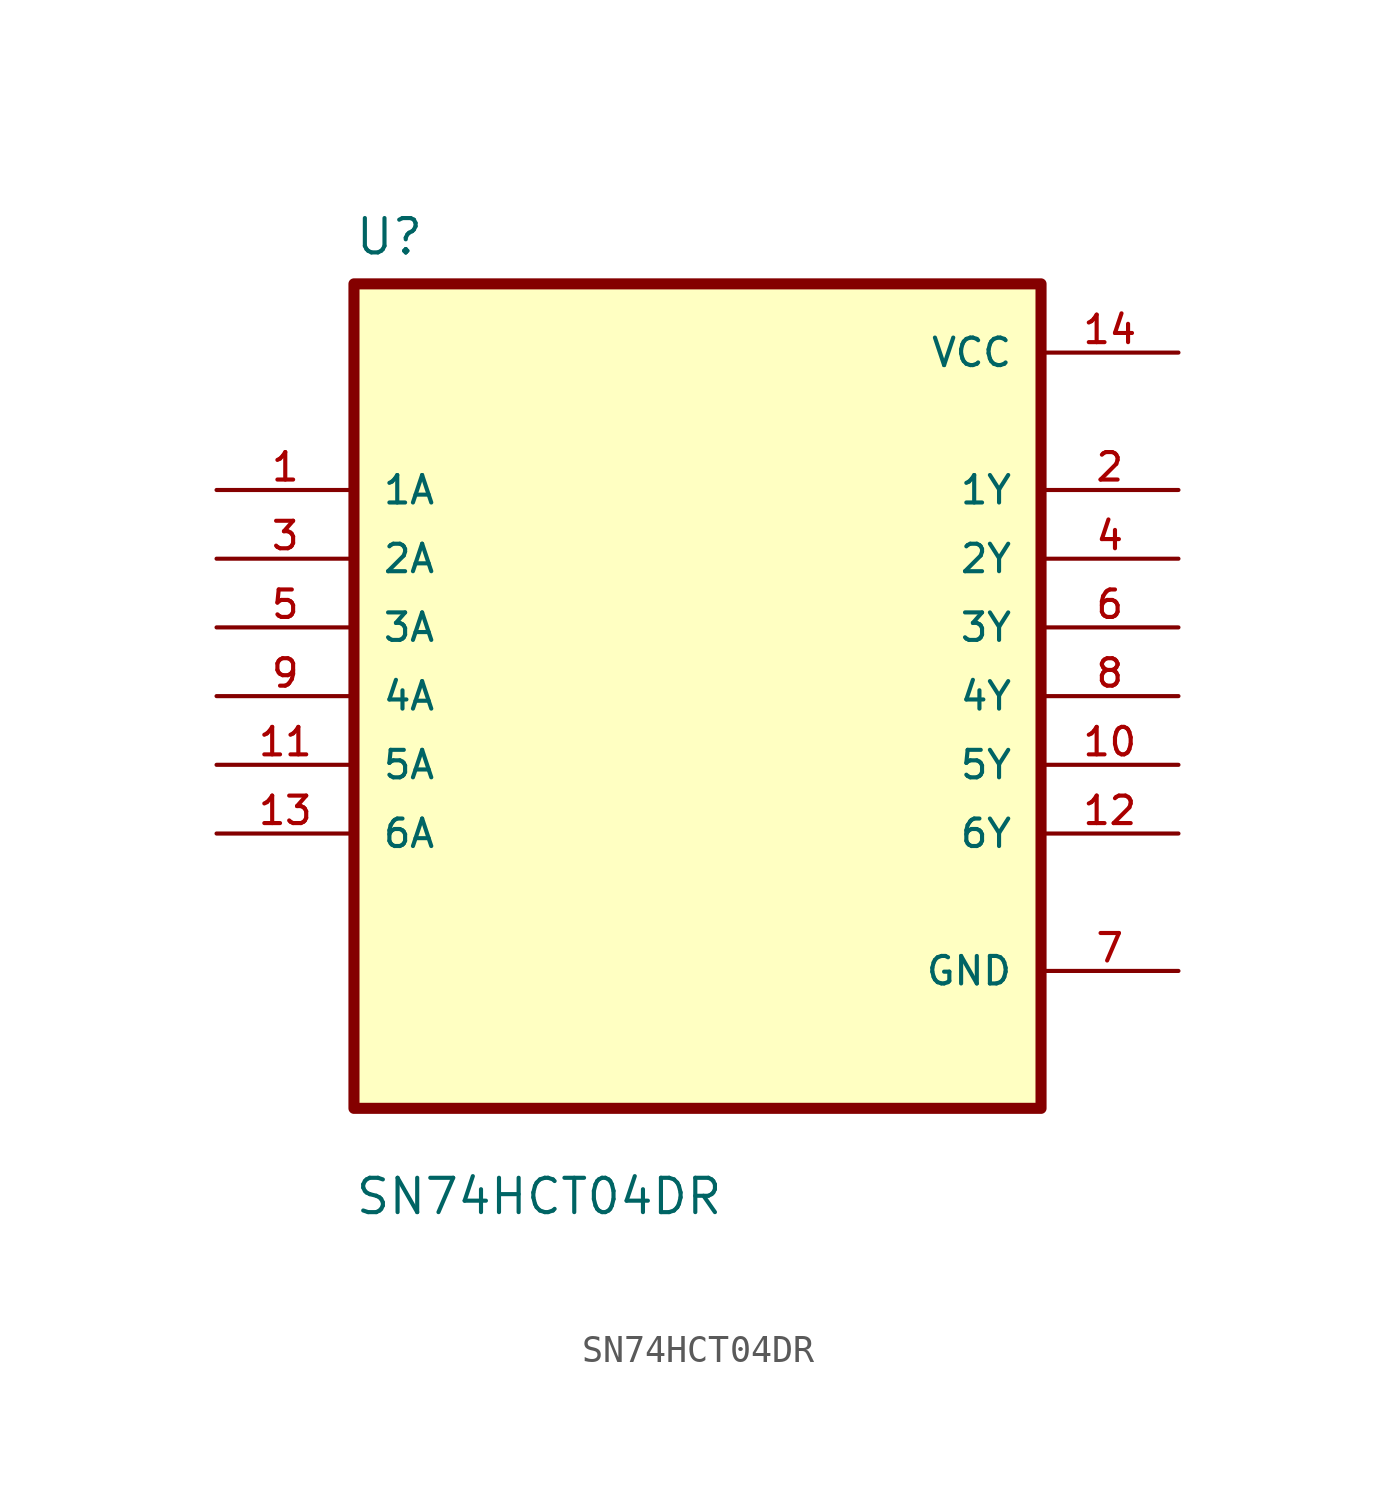
<source format=kicad_sym>
(kicad_symbol_lib
  (version 20211014)
  (generator kicad_symbol_editor)
  (symbol "SN74HCT04DR"
    (pin_names
      (offset 1.016))
    (property "Reference" "U"
      (at -12.7 16.24 0.0)
      (effects (font (size 1.27 1.27)) (justify bottom left)))
    (property "Value" "SN74HCT04DR"
      (at -12.7 -19.24 0.0)
      (effects (font (size 1.27 1.27)) (justify bottom left)))
    (symbol "SN74HCT04DR_0_0"
      (rectangle (start -12.7 -15.24) (end 12.7 15.24) (stroke (width 0.41)) (fill (type background)))
      (pin input line (at -17.78 7.62 0) (length 5.08) (name "1A" (effects (font (size 1.016 1.016)))) (number "1" (effects (font (size 1.016 1.016)))))
      (pin input line (at -17.78 5.08 0) (length 5.08) (name "2A" (effects (font (size 1.016 1.016)))) (number "3" (effects (font (size 1.016 1.016)))))
      (pin input line (at -17.78 2.54 0) (length 5.08) (name "3A" (effects (font (size 1.016 1.016)))) (number "5" (effects (font (size 1.016 1.016)))))
      (pin input line (at -17.78 0.0 0) (length 5.08) (name "4A" (effects (font (size 1.016 1.016)))) (number "9" (effects (font (size 1.016 1.016)))))
      (pin input line (at -17.78 -2.54 0) (length 5.08) (name "5A" (effects (font (size 1.016 1.016)))) (number "11" (effects (font (size 1.016 1.016)))))
      (pin input line (at -17.78 -5.08 0) (length 5.08) (name "6A" (effects (font (size 1.016 1.016)))) (number "13" (effects (font (size 1.016 1.016)))))
      (pin power_in line (at 17.78 12.7 180.0) (length 5.08) (name "VCC" (effects (font (size 1.016 1.016)))) (number "14" (effects (font (size 1.016 1.016)))))
      (pin output line (at 17.78 7.62 180.0) (length 5.08) (name "1Y" (effects (font (size 1.016 1.016)))) (number "2" (effects (font (size 1.016 1.016)))))
      (pin output line (at 17.78 5.08 180.0) (length 5.08) (name "2Y" (effects (font (size 1.016 1.016)))) (number "4" (effects (font (size 1.016 1.016)))))
      (pin output line (at 17.78 2.54 180.0) (length 5.08) (name "3Y" (effects (font (size 1.016 1.016)))) (number "6" (effects (font (size 1.016 1.016)))))
      (pin output line (at 17.78 -8.88178e-16 180.0) (length 5.08) (name "4Y" (effects (font (size 1.016 1.016)))) (number "8" (effects (font (size 1.016 1.016)))))
      (pin output line (at 17.78 -2.54 180.0) (length 5.08) (name "5Y" (effects (font (size 1.016 1.016)))) (number "10" (effects (font (size 1.016 1.016)))))
      (pin output line (at 17.78 -5.08 180.0) (length 5.08) (name "6Y" (effects (font (size 1.016 1.016)))) (number "12" (effects (font (size 1.016 1.016)))))
      (pin power_in line (at 17.78 -10.16 180.0) (length 5.08) (name "GND" (effects (font (size 1.016 1.016)))) (number "7" (effects (font (size 1.016 1.016))))))))
</source>
